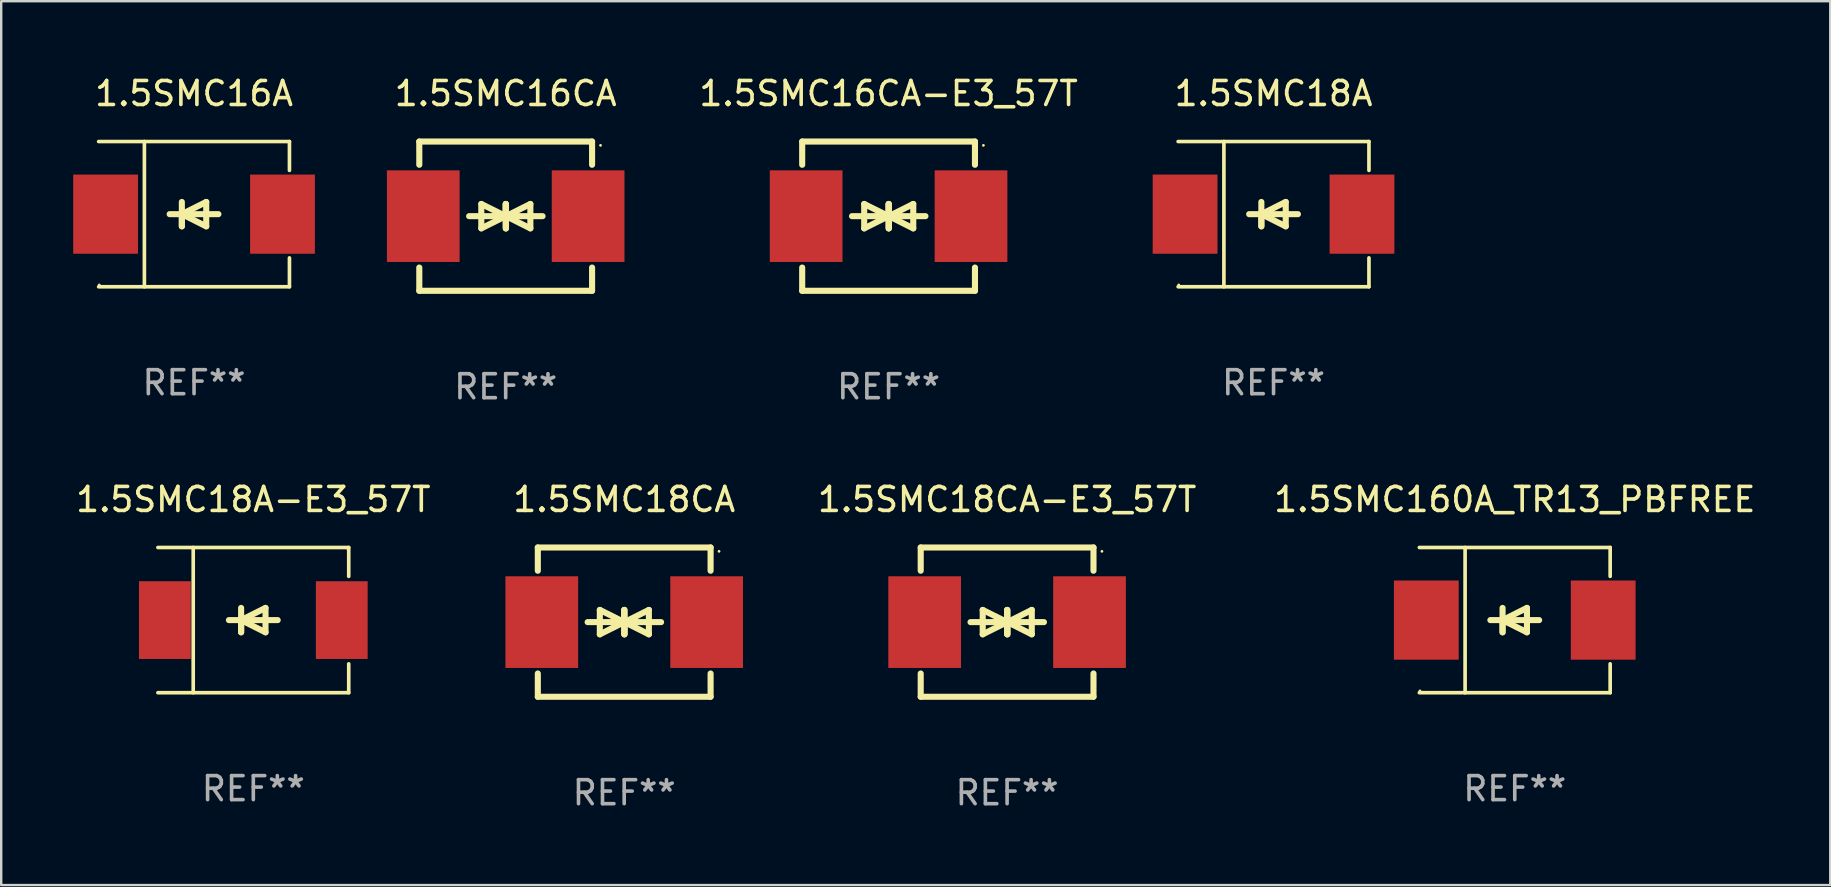
<source format=kicad_pcb>
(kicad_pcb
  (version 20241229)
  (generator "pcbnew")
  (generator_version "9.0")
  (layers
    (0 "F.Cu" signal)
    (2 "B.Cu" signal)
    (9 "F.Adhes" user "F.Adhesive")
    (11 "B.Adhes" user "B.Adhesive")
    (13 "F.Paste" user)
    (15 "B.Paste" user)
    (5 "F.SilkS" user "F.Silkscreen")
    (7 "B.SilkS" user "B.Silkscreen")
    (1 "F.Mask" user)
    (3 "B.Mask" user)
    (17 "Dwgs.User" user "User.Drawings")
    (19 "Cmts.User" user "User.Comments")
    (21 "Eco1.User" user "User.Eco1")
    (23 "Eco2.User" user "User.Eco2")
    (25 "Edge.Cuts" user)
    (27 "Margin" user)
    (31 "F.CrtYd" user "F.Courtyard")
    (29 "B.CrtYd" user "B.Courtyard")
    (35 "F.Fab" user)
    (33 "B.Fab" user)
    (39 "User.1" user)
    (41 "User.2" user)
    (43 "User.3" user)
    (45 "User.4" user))
  (footprint "1.5SMC18A-E3_57T"
    (layer "F.Cu")
    (at 7.506 22.791)
    (property "Reference" "1.5SMC18A-E3_57T" (at 0 -5.026 0) (layer "F.SilkS") (effects (font (size 1 1) (thickness 0.15))))
    (attr through_hole)
    (fp_line (start -3.976 -3.026) (end 3.976 -3.026) (stroke (width 0.152) (type solid)) (layer "F.SilkS"))
    (fp_line (start -3.976 3.026) (end 3.976 3.026) (stroke (width 0.152) (type solid)) (layer "F.SilkS"))
    (fp_line (start -2.504 -3.026) (end -2.504 3.026) (stroke (width 0.152) (type solid)) (layer "F.SilkS"))
    (fp_line (start -0.508 0) (end -0.508 0.508) (stroke (width 0.254) (type solid)) (layer "F.SilkS"))
    (fp_line (start -0.508 0) (end 0.508 0.508) (stroke (width 0.254) (type solid)) (layer "F.SilkS"))
    (fp_line (start -0.508 0.508) (end -0.508 -0.508) (stroke (width 0.254) (type solid)) (layer "F.SilkS"))
    (fp_line (start 0.508 -0.508) (end -0.508 0) (stroke (width 0.254) (type solid)) (layer "F.SilkS"))
    (fp_line (start 0.508 0.508) (end 0.508 -0.508) (stroke (width 0.254) (type solid)) (layer "F.SilkS"))
    (fp_line (start 1.016 0) (end -1.016 0) (stroke (width 0.254) (type solid)) (layer "F.SilkS"))
    (fp_line (start 3.976 -3.026) (end 3.976 -1.823) (stroke (width 0.152) (type solid)) (layer "F.SilkS"))
    (fp_line (start 3.976 3.026) (end 3.976 1.823) (stroke (width 0.152) (type solid)) (layer "F.SilkS"))
    (fp_circle (center 3.95 -2.95) (end 3.98 -2.95) (stroke (width 0.06) (type solid)) (fill no) (layer "F.SilkS"))
    (fp_text user "REF**" (at 0 7.026 0) (layer "F.Fab") (effects (font (size 1 1) (thickness 0.15))))
    (pad "1" smd rect (at 3.686 0 180) (size 2.158 3.24) (layers "F.Cu" "F.Mask" "F.Paste"))
    (pad "2" smd rect (at -3.686 0 180) (size 2.158 3.24) (layers "F.Cu" "F.Mask" "F.Paste")))
  (footprint "1.5SMC18CA-E3_57T"
    (layer "F.Cu")
    (at 38.918 22.875)
    (property "Reference" "1.5SMC18CA-E3_57T" (at 0 -5.11 0) (layer "F.SilkS") (effects (font (size 1 1) (thickness 0.15))))
    (attr through_hole)
    (fp_line (start -3.6 -2.141) (end -3.6 -3.11) (stroke (width 0.254) (type solid)) (layer "F.SilkS"))
    (fp_line (start -3.6 3.11) (end -3.6 2.141) (stroke (width 0.254) (type solid)) (layer "F.SilkS"))
    (fp_line (start -1.524 0) (end 0.508 0) (stroke (width 0.254) (type solid)) (layer "F.SilkS"))
    (fp_line (start -1.016 -0.508) (end -1.016 0.508) (stroke (width 0.254) (type solid)) (layer "F.SilkS"))
    (fp_line (start -1.016 0.508) (end 0 0) (stroke (width 0.254) (type solid)) (layer "F.SilkS"))
    (fp_line (start 0 -0.508) (end 0 0.508) (stroke (width 0.254) (type solid)) (layer "F.SilkS"))
    (fp_line (start 0 0) (end -1.016 -0.508) (stroke (width 0.254) (type solid)) (layer "F.SilkS"))
    (fp_line (start 0 0) (end 0 -0.508) (stroke (width 0.254) (type solid)) (layer "F.SilkS"))
    (fp_line (start 0.012 0) (end 0.012 0.508) (stroke (width 0.254) (type solid)) (layer "F.SilkS"))
    (fp_line (start 0.012 0) (end 1.028 0.508) (stroke (width 0.254) (type solid)) (layer "F.SilkS"))
    (fp_line (start 0.012 0.508) (end 0.012 -0.508) (stroke (width 0.254) (type solid)) (layer "F.SilkS"))
    (fp_line (start 1.028 -0.508) (end 0.012 0) (stroke (width 0.254) (type solid)) (layer "F.SilkS"))
    (fp_line (start 1.028 0.508) (end 1.028 -0.508) (stroke (width 0.254) (type solid)) (layer "F.SilkS"))
    (fp_line (start 1.536 0) (end -0.496 0) (stroke (width 0.254) (type solid)) (layer "F.SilkS"))
    (fp_line (start 3.6 -3.11) (end -3.6 -3.11) (stroke (width 0.254) (type solid)) (layer "F.SilkS"))
    (fp_line (start 3.6 -2.141) (end 3.6 -3.11) (stroke (width 0.254) (type solid)) (layer "F.SilkS"))
    (fp_line (start 3.6 3.11) (end -3.6 3.11) (stroke (width 0.254) (type solid)) (layer "F.SilkS"))
    (fp_line (start 3.6 3.11) (end 3.6 2.141) (stroke (width 0.254) (type solid)) (layer "F.SilkS"))
    (fp_circle (center 3.952 -2.95) (end 3.982 -2.95) (stroke (width 0.06) (type solid)) (fill no) (layer "F.SilkS"))
    (fp_text user "REF**" (at 0 7.11 0) (layer "F.Fab") (effects (font (size 1 1) (thickness 0.15))))
    (pad "1" smd rect (at 3.435 0) (size 3.03 3.82) (layers "F.Cu" "F.Mask" "F.Paste"))
    (pad "2" smd rect (at -3.435 0) (size 3.03 3.82) (layers "F.Cu" "F.Mask" "F.Paste")))
  (footprint "1.5SMC160A_TR13_PBFREE"
    (layer "F.Cu")
    (at 60.073 22.791)
    (property "Reference" "1.5SMC160A_TR13_PBFREE" (at 0 -5.026 0) (layer "F.SilkS") (effects (font (size 1 1) (thickness 0.15))))
    (attr through_hole)
    (fp_line (start -3.976 -3.026) (end 3.976 -3.026) (stroke (width 0.152) (type solid)) (layer "F.SilkS"))
    (fp_line (start -3.976 3.026) (end 3.976 3.026) (stroke (width 0.152) (type solid)) (layer "F.SilkS"))
    (fp_line (start -2.069 -3.026) (end -2.069 3.026) (stroke (width 0.152) (type solid)) (layer "F.SilkS"))
    (fp_line (start -0.508 0) (end -0.508 0.508) (stroke (width 0.254) (type solid)) (layer "F.SilkS"))
    (fp_line (start -0.508 0) (end 0.508 0.508) (stroke (width 0.254) (type solid)) (layer "F.SilkS"))
    (fp_line (start -0.508 0.508) (end -0.508 -0.508) (stroke (width 0.254) (type solid)) (layer "F.SilkS"))
    (fp_line (start 0.508 -0.508) (end -0.508 0) (stroke (width 0.254) (type solid)) (layer "F.SilkS"))
    (fp_line (start 0.508 0.508) (end 0.508 -0.508) (stroke (width 0.254) (type solid)) (layer "F.SilkS"))
    (fp_line (start 1.016 0) (end -1.016 0) (stroke (width 0.254) (type solid)) (layer "F.SilkS"))
    (fp_line (start 3.976 -3.026) (end 3.976 -1.823) (stroke (width 0.152) (type solid)) (layer "F.SilkS"))
    (fp_line (start 3.976 3.026) (end 3.976 1.823) (stroke (width 0.152) (type solid)) (layer "F.SilkS"))
    (fp_circle (center -3.95 2.95) (end -3.92 2.95) (stroke (width 0.06) (type solid)) (fill no) (layer "F.SilkS"))
    (fp_text user "REF**" (at 0 7.026 0) (layer "F.Fab") (effects (font (size 1 1) (thickness 0.15))))
    (pad "1" smd rect (at -3.686 0) (size 2.7 3.3) (layers "F.Cu" "F.Mask" "F.Paste"))
    (pad "2" smd rect (at 3.686 0) (size 2.7 3.3) (layers "F.Cu" "F.Mask" "F.Paste")))
  (footprint "1.5SMC16A"
    (layer "F.Cu")
    (at 5.036 5.874)
    (property "Reference" "1.5SMC16A" (at 0 -5.026 0) (layer "F.SilkS") (effects (font (size 1 1) (thickness 0.15))))
    (attr through_hole)
    (fp_line (start -3.976 -3.026) (end 3.976 -3.026) (stroke (width 0.152) (type solid)) (layer "F.SilkS"))
    (fp_line (start -3.976 3.026) (end 3.976 3.026) (stroke (width 0.152) (type solid)) (layer "F.SilkS"))
    (fp_line (start -2.069 -3.026) (end -2.069 3.026) (stroke (width 0.152) (type solid)) (layer "F.SilkS"))
    (fp_line (start -0.508 0) (end -0.508 0.508) (stroke (width 0.254) (type solid)) (layer "F.SilkS"))
    (fp_line (start -0.508 0) (end 0.508 0.508) (stroke (width 0.254) (type solid)) (layer "F.SilkS"))
    (fp_line (start -0.508 0.508) (end -0.508 -0.508) (stroke (width 0.254) (type solid)) (layer "F.SilkS"))
    (fp_line (start 0.508 -0.508) (end -0.508 0) (stroke (width 0.254) (type solid)) (layer "F.SilkS"))
    (fp_line (start 0.508 0.508) (end 0.508 -0.508) (stroke (width 0.254) (type solid)) (layer "F.SilkS"))
    (fp_line (start 1.016 0) (end -1.016 0) (stroke (width 0.254) (type solid)) (layer "F.SilkS"))
    (fp_line (start 3.976 -3.026) (end 3.976 -1.823) (stroke (width 0.152) (type solid)) (layer "F.SilkS"))
    (fp_line (start 3.976 3.026) (end 3.976 1.823) (stroke (width 0.152) (type solid)) (layer "F.SilkS"))
    (fp_circle (center -3.95 2.95) (end -3.92 2.95) (stroke (width 0.06) (type solid)) (fill no) (layer "F.SilkS"))
    (fp_text user "REF**" (at 0 7.026 0) (layer "F.Fab") (effects (font (size 1 1) (thickness 0.15))))
    (pad "1" smd rect (at -3.686 0) (size 2.7 3.3) (layers "F.Cu" "F.Mask" "F.Paste"))
    (pad "2" smd rect (at 3.686 0) (size 2.7 3.3) (layers "F.Cu" "F.Mask" "F.Paste")))
  (footprint "1.5SMC18CA"
    (layer "F.Cu")
    (at 22.962 22.875)
    (property "Reference" "1.5SMC18CA" (at 0 -5.11 0) (layer "F.SilkS") (effects (font (size 1 1) (thickness 0.15))))
    (attr through_hole)
    (fp_line (start -3.6 -2.141) (end -3.6 -3.11) (stroke (width 0.254) (type solid)) (layer "F.SilkS"))
    (fp_line (start -3.6 3.11) (end -3.6 2.141) (stroke (width 0.254) (type solid)) (layer "F.SilkS"))
    (fp_line (start -1.524 0) (end 0.508 0) (stroke (width 0.254) (type solid)) (layer "F.SilkS"))
    (fp_line (start -1.016 -0.508) (end -1.016 0.508) (stroke (width 0.254) (type solid)) (layer "F.SilkS"))
    (fp_line (start -1.016 0.508) (end 0 0) (stroke (width 0.254) (type solid)) (layer "F.SilkS"))
    (fp_line (start 0 -0.508) (end 0 0.508) (stroke (width 0.254) (type solid)) (layer "F.SilkS"))
    (fp_line (start 0 0) (end -1.016 -0.508) (stroke (width 0.254) (type solid)) (layer "F.SilkS"))
    (fp_line (start 0 0) (end 0 -0.508) (stroke (width 0.254) (type solid)) (layer "F.SilkS"))
    (fp_line (start 0.012 0) (end 0.012 0.508) (stroke (width 0.254) (type solid)) (layer "F.SilkS"))
    (fp_line (start 0.012 0) (end 1.028 0.508) (stroke (width 0.254) (type solid)) (layer "F.SilkS"))
    (fp_line (start 0.012 0.508) (end 0.012 -0.508) (stroke (width 0.254) (type solid)) (layer "F.SilkS"))
    (fp_line (start 1.028 -0.508) (end 0.012 0) (stroke (width 0.254) (type solid)) (layer "F.SilkS"))
    (fp_line (start 1.028 0.508) (end 1.028 -0.508) (stroke (width 0.254) (type solid)) (layer "F.SilkS"))
    (fp_line (start 1.536 0) (end -0.496 0) (stroke (width 0.254) (type solid)) (layer "F.SilkS"))
    (fp_line (start 3.6 -3.11) (end -3.6 -3.11) (stroke (width 0.254) (type solid)) (layer "F.SilkS"))
    (fp_line (start 3.6 -2.141) (end 3.6 -3.11) (stroke (width 0.254) (type solid)) (layer "F.SilkS"))
    (fp_line (start 3.6 3.11) (end -3.6 3.11) (stroke (width 0.254) (type solid)) (layer "F.SilkS"))
    (fp_line (start 3.6 3.11) (end 3.6 2.141) (stroke (width 0.254) (type solid)) (layer "F.SilkS"))
    (fp_circle (center 3.952 -2.95) (end 3.982 -2.95) (stroke (width 0.06) (type solid)) (fill no) (layer "F.SilkS"))
    (fp_text user "REF**" (at 0 7.11 0) (layer "F.Fab") (effects (font (size 1 1) (thickness 0.15))))
    (pad "1" smd rect (at 3.435 0) (size 3.03 3.82) (layers "F.Cu" "F.Mask" "F.Paste"))
    (pad "2" smd rect (at -3.435 0) (size 3.03 3.82) (layers "F.Cu" "F.Mask" "F.Paste")))
  (footprint "1.5SMC16CA-E3_57T"
    (layer "F.Cu")
    (at 33.979 5.958)
    (property "Reference" "1.5SMC16CA-E3_57T" (at 0 -5.11 0) (layer "F.SilkS") (effects (font (size 1 1) (thickness 0.15))))
    (attr through_hole)
    (fp_line (start -3.6 -2.141) (end -3.6 -3.11) (stroke (width 0.254) (type solid)) (layer "F.SilkS"))
    (fp_line (start -3.6 3.11) (end -3.6 2.141) (stroke (width 0.254) (type solid)) (layer "F.SilkS"))
    (fp_line (start -1.524 0) (end 0.508 0) (stroke (width 0.254) (type solid)) (layer "F.SilkS"))
    (fp_line (start -1.016 -0.508) (end -1.016 0.508) (stroke (width 0.254) (type solid)) (layer "F.SilkS"))
    (fp_line (start -1.016 0.508) (end 0 0) (stroke (width 0.254) (type solid)) (layer "F.SilkS"))
    (fp_line (start 0 -0.508) (end 0 0.508) (stroke (width 0.254) (type solid)) (layer "F.SilkS"))
    (fp_line (start 0 0) (end -1.016 -0.508) (stroke (width 0.254) (type solid)) (layer "F.SilkS"))
    (fp_line (start 0 0) (end 0 -0.508) (stroke (width 0.254) (type solid)) (layer "F.SilkS"))
    (fp_line (start 0.012 0) (end 0.012 0.508) (stroke (width 0.254) (type solid)) (layer "F.SilkS"))
    (fp_line (start 0.012 0) (end 1.028 0.508) (stroke (width 0.254) (type solid)) (layer "F.SilkS"))
    (fp_line (start 0.012 0.508) (end 0.012 -0.508) (stroke (width 0.254) (type solid)) (layer "F.SilkS"))
    (fp_line (start 1.028 -0.508) (end 0.012 0) (stroke (width 0.254) (type solid)) (layer "F.SilkS"))
    (fp_line (start 1.028 0.508) (end 1.028 -0.508) (stroke (width 0.254) (type solid)) (layer "F.SilkS"))
    (fp_line (start 1.536 0) (end -0.496 0) (stroke (width 0.254) (type solid)) (layer "F.SilkS"))
    (fp_line (start 3.6 -3.11) (end -3.6 -3.11) (stroke (width 0.254) (type solid)) (layer "F.SilkS"))
    (fp_line (start 3.6 -2.141) (end 3.6 -3.11) (stroke (width 0.254) (type solid)) (layer "F.SilkS"))
    (fp_line (start 3.6 3.11) (end -3.6 3.11) (stroke (width 0.254) (type solid)) (layer "F.SilkS"))
    (fp_line (start 3.6 3.11) (end 3.6 2.141) (stroke (width 0.254) (type solid)) (layer "F.SilkS"))
    (fp_circle (center 3.952 -2.95) (end 3.982 -2.95) (stroke (width 0.06) (type solid)) (fill no) (layer "F.SilkS"))
    (fp_text user "REF**" (at 0 7.11 0) (layer "F.Fab") (effects (font (size 1 1) (thickness 0.15))))
    (pad "1" smd rect (at 3.435 0) (size 3.03 3.82) (layers "F.Cu" "F.Mask" "F.Paste"))
    (pad "2" smd rect (at -3.435 0) (size 3.03 3.82) (layers "F.Cu" "F.Mask" "F.Paste")))
  (footprint "1.5SMC16CA"
    (layer "F.Cu")
    (at 18.023 5.958)
    (property "Reference" "1.5SMC16CA" (at 0 -5.11 0) (layer "F.SilkS") (effects (font (size 1 1) (thickness 0.15))))
    (attr through_hole)
    (fp_line (start -3.6 -2.141) (end -3.6 -3.11) (stroke (width 0.254) (type solid)) (layer "F.SilkS"))
    (fp_line (start -3.6 3.11) (end -3.6 2.141) (stroke (width 0.254) (type solid)) (layer "F.SilkS"))
    (fp_line (start -1.524 0) (end 0.508 0) (stroke (width 0.254) (type solid)) (layer "F.SilkS"))
    (fp_line (start -1.016 -0.508) (end -1.016 0.508) (stroke (width 0.254) (type solid)) (layer "F.SilkS"))
    (fp_line (start -1.016 0.508) (end 0 0) (stroke (width 0.254) (type solid)) (layer "F.SilkS"))
    (fp_line (start 0 -0.508) (end 0 0.508) (stroke (width 0.254) (type solid)) (layer "F.SilkS"))
    (fp_line (start 0 0) (end -1.016 -0.508) (stroke (width 0.254) (type solid)) (layer "F.SilkS"))
    (fp_line (start 0 0) (end 0 -0.508) (stroke (width 0.254) (type solid)) (layer "F.SilkS"))
    (fp_line (start 0.012 0) (end 0.012 0.508) (stroke (width 0.254) (type solid)) (layer "F.SilkS"))
    (fp_line (start 0.012 0) (end 1.028 0.508) (stroke (width 0.254) (type solid)) (layer "F.SilkS"))
    (fp_line (start 0.012 0.508) (end 0.012 -0.508) (stroke (width 0.254) (type solid)) (layer "F.SilkS"))
    (fp_line (start 1.028 -0.508) (end 0.012 0) (stroke (width 0.254) (type solid)) (layer "F.SilkS"))
    (fp_line (start 1.028 0.508) (end 1.028 -0.508) (stroke (width 0.254) (type solid)) (layer "F.SilkS"))
    (fp_line (start 1.536 0) (end -0.496 0) (stroke (width 0.254) (type solid)) (layer "F.SilkS"))
    (fp_line (start 3.6 -3.11) (end -3.6 -3.11) (stroke (width 0.254) (type solid)) (layer "F.SilkS"))
    (fp_line (start 3.6 -2.141) (end 3.6 -3.11) (stroke (width 0.254) (type solid)) (layer "F.SilkS"))
    (fp_line (start 3.6 3.11) (end -3.6 3.11) (stroke (width 0.254) (type solid)) (layer "F.SilkS"))
    (fp_line (start 3.6 3.11) (end 3.6 2.141) (stroke (width 0.254) (type solid)) (layer "F.SilkS"))
    (fp_circle (center 3.952 -2.95) (end 3.982 -2.95) (stroke (width 0.06) (type solid)) (fill no) (layer "F.SilkS"))
    (fp_text user "REF**" (at 0 7.11 0) (layer "F.Fab") (effects (font (size 1 1) (thickness 0.15))))
    (pad "1" smd rect (at 3.435 0) (size 3.03 3.82) (layers "F.Cu" "F.Mask" "F.Paste"))
    (pad "2" smd rect (at -3.435 0) (size 3.03 3.82) (layers "F.Cu" "F.Mask" "F.Paste")))
  (footprint "1.5SMC18A"
    (layer "F.Cu")
    (at 50.021 5.874)
    (property "Reference" "1.5SMC18A" (at 0 -5.026 0) (layer "F.SilkS") (effects (font (size 1 1) (thickness 0.15))))
    (attr through_hole)
    (fp_line (start -3.976 -3.026) (end 3.976 -3.026) (stroke (width 0.152) (type solid)) (layer "F.SilkS"))
    (fp_line (start -3.976 3.026) (end 3.976 3.026) (stroke (width 0.152) (type solid)) (layer "F.SilkS"))
    (fp_line (start -2.069 -3.026) (end -2.069 3.026) (stroke (width 0.152) (type solid)) (layer "F.SilkS"))
    (fp_line (start -0.508 0) (end -0.508 0.508) (stroke (width 0.254) (type solid)) (layer "F.SilkS"))
    (fp_line (start -0.508 0) (end 0.508 0.508) (stroke (width 0.254) (type solid)) (layer "F.SilkS"))
    (fp_line (start -0.508 0.508) (end -0.508 -0.508) (stroke (width 0.254) (type solid)) (layer "F.SilkS"))
    (fp_line (start 0.508 -0.508) (end -0.508 0) (stroke (width 0.254) (type solid)) (layer "F.SilkS"))
    (fp_line (start 0.508 0.508) (end 0.508 -0.508) (stroke (width 0.254) (type solid)) (layer "F.SilkS"))
    (fp_line (start 1.016 0) (end -1.016 0) (stroke (width 0.254) (type solid)) (layer "F.SilkS"))
    (fp_line (start 3.976 -3.026) (end 3.976 -1.823) (stroke (width 0.152) (type solid)) (layer "F.SilkS"))
    (fp_line (start 3.976 3.026) (end 3.976 1.823) (stroke (width 0.152) (type solid)) (layer "F.SilkS"))
    (fp_circle (center -3.95 2.95) (end -3.92 2.95) (stroke (width 0.06) (type solid)) (fill no) (layer "F.SilkS"))
    (fp_text user "REF**" (at 0 7.026 0) (layer "F.Fab") (effects (font (size 1 1) (thickness 0.15))))
    (pad "1" smd rect (at -3.686 0) (size 2.7 3.3) (layers "F.Cu" "F.Mask" "F.Paste"))
    (pad "2" smd rect (at 3.686 0) (size 2.7 3.3) (layers "F.Cu" "F.Mask" "F.Paste")))
  (gr_rect
    (start -3 -3)
    (end 73.221 33.833)
    (stroke (width 0.1) (type default))
    (fill no)
    (layer "Edge.Cuts")))
</source>
